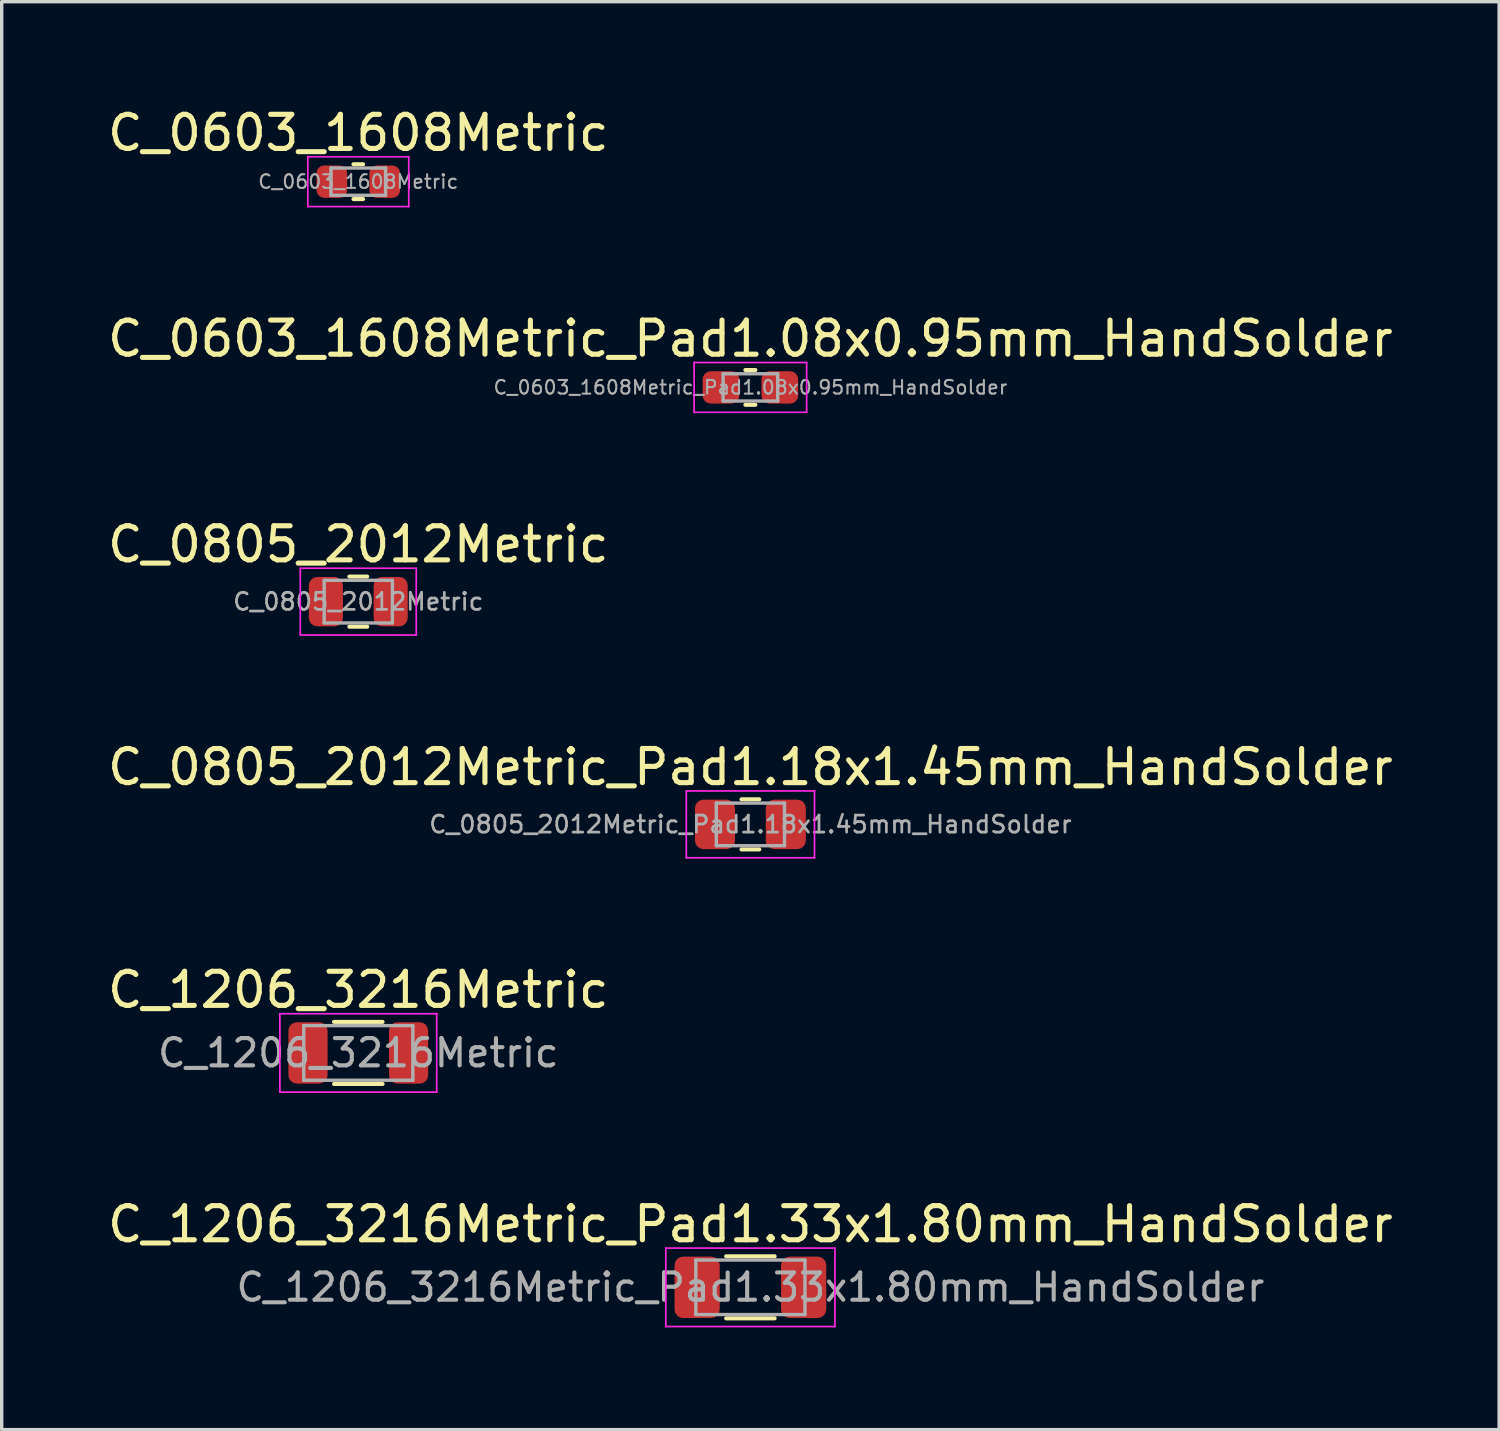
<source format=kicad_pcb>
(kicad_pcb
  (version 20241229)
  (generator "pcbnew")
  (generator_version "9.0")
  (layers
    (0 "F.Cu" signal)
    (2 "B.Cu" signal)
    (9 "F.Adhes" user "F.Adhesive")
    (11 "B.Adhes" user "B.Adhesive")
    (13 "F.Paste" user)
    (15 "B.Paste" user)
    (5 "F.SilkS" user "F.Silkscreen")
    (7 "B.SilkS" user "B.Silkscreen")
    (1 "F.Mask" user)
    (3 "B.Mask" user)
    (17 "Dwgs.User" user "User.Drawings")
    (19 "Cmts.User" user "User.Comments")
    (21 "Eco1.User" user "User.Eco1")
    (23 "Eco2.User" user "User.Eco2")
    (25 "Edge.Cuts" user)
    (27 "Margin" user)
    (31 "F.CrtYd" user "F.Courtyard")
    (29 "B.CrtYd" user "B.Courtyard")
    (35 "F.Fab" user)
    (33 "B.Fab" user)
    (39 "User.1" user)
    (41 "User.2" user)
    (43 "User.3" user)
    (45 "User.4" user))
  (footprint "C_0805_2012Metric"
    (layer "F.Cu")
    (at 7.458 14.595)
    (property "Reference" "C_0805_2012Metric" (at 0 -1.68 0) (layer "F.SilkS") (effects (font (size 1 1) (thickness 0.15))))
    (attr smd)
    (fp_line (start -0.261 -0.735) (end 0.261 -0.735) (stroke (width 0.12) (type solid)) (layer "F.SilkS"))
    (fp_line (start -0.261 0.735) (end 0.261 0.735) (stroke (width 0.12) (type solid)) (layer "F.SilkS"))
    (fp_line (start -1.7 -0.98) (end 1.7 -0.98) (stroke (width 0.05) (type solid)) (layer "F.CrtYd"))
    (fp_line (start -1.7 0.98) (end -1.7 -0.98) (stroke (width 0.05) (type solid)) (layer "F.CrtYd"))
    (fp_line (start 1.7 -0.98) (end 1.7 0.98) (stroke (width 0.05) (type solid)) (layer "F.CrtYd"))
    (fp_line (start 1.7 0.98) (end -1.7 0.98) (stroke (width 0.05) (type solid)) (layer "F.CrtYd"))
    (fp_line (start -1 -0.625) (end 1 -0.625) (stroke (width 0.1) (type solid)) (layer "F.Fab"))
    (fp_line (start -1 0.625) (end -1 -0.625) (stroke (width 0.1) (type solid)) (layer "F.Fab"))
    (fp_line (start 1 -0.625) (end 1 0.625) (stroke (width 0.1) (type solid)) (layer "F.Fab"))
    (fp_line (start 1 0.625) (end -1 0.625) (stroke (width 0.1) (type solid)) (layer "F.Fab"))
    (fp_text user "${REFERENCE}" (at 0 0 0) (layer "F.Fab") (effects (font (size 0.5 0.5) (thickness 0.08))))
    (pad "1" smd roundrect (at -0.95 0) (size 1 1.45) (layers "F.Cu" "F.Mask" "F.Paste") (roundrect_rratio 0.25))
    (pad "2" smd roundrect (at 0.95 0) (size 1 1.45) (layers "F.Cu" "F.Mask" "F.Paste") (roundrect_rratio 0.25)))
  (footprint "C_0603_1608Metric"
    (layer "F.Cu")
    (at 7.458 2.278)
    (property "Reference" "C_0603_1608Metric" (at 0 -1.43 0) (layer "F.SilkS") (effects (font (size 1 1) (thickness 0.15))))
    (attr smd)
    (fp_line (start -0.141 -0.51) (end 0.141 -0.51) (stroke (width 0.12) (type solid)) (layer "F.SilkS"))
    (fp_line (start -0.141 0.51) (end 0.141 0.51) (stroke (width 0.12) (type solid)) (layer "F.SilkS"))
    (fp_line (start -1.48 -0.73) (end 1.48 -0.73) (stroke (width 0.05) (type solid)) (layer "F.CrtYd"))
    (fp_line (start -1.48 0.73) (end -1.48 -0.73) (stroke (width 0.05) (type solid)) (layer "F.CrtYd"))
    (fp_line (start 1.48 -0.73) (end 1.48 0.73) (stroke (width 0.05) (type solid)) (layer "F.CrtYd"))
    (fp_line (start 1.48 0.73) (end -1.48 0.73) (stroke (width 0.05) (type solid)) (layer "F.CrtYd"))
    (fp_line (start -0.8 -0.4) (end 0.8 -0.4) (stroke (width 0.1) (type solid)) (layer "F.Fab"))
    (fp_line (start -0.8 0.4) (end -0.8 -0.4) (stroke (width 0.1) (type solid)) (layer "F.Fab"))
    (fp_line (start 0.8 -0.4) (end 0.8 0.4) (stroke (width 0.1) (type solid)) (layer "F.Fab"))
    (fp_line (start 0.8 0.4) (end -0.8 0.4) (stroke (width 0.1) (type solid)) (layer "F.Fab"))
    (fp_text user "${REFERENCE}" (at 0 0 0) (layer "F.Fab") (effects (font (size 0.4 0.4) (thickness 0.06))))
    (pad "1" smd roundrect (at -0.775 0) (size 0.9 0.95) (layers "F.Cu" "F.Mask" "F.Paste") (roundrect_rratio 0.25))
    (pad "2" smd roundrect (at 0.775 0) (size 0.9 0.95) (layers "F.Cu" "F.Mask" "F.Paste") (roundrect_rratio 0.25)))
  (footprint "C_0805_2012Metric_Pad1.18x1.45mm_HandSolder"
    (layer "F.Cu")
    (at 18.958 21.128)
    (property "Reference" "C_0805_2012Metric_Pad1.18x1.45mm_HandSolder" (at 0 -1.68 0) (layer "F.SilkS") (effects (font (size 1 1) (thickness 0.15))))
    (attr smd)
    (fp_line (start -0.261 -0.735) (end 0.261 -0.735) (stroke (width 0.12) (type solid)) (layer "F.SilkS"))
    (fp_line (start -0.261 0.735) (end 0.261 0.735) (stroke (width 0.12) (type solid)) (layer "F.SilkS"))
    (fp_line (start -1.88 -0.98) (end 1.88 -0.98) (stroke (width 0.05) (type solid)) (layer "F.CrtYd"))
    (fp_line (start -1.88 0.98) (end -1.88 -0.98) (stroke (width 0.05) (type solid)) (layer "F.CrtYd"))
    (fp_line (start 1.88 -0.98) (end 1.88 0.98) (stroke (width 0.05) (type solid)) (layer "F.CrtYd"))
    (fp_line (start 1.88 0.98) (end -1.88 0.98) (stroke (width 0.05) (type solid)) (layer "F.CrtYd"))
    (fp_line (start -1 -0.625) (end 1 -0.625) (stroke (width 0.1) (type solid)) (layer "F.Fab"))
    (fp_line (start -1 0.625) (end -1 -0.625) (stroke (width 0.1) (type solid)) (layer "F.Fab"))
    (fp_line (start 1 -0.625) (end 1 0.625) (stroke (width 0.1) (type solid)) (layer "F.Fab"))
    (fp_line (start 1 0.625) (end -1 0.625) (stroke (width 0.1) (type solid)) (layer "F.Fab"))
    (fp_text user "${REFERENCE}" (at 0 0 0) (layer "F.Fab") (effects (font (size 0.5 0.5) (thickness 0.08))))
    (pad "1" smd roundrect (at -1.038 0) (size 1.175 1.45) (layers "F.Cu" "F.Mask" "F.Paste") (roundrect_rratio 0.213))
    (pad "2" smd roundrect (at 1.038 0) (size 1.175 1.45) (layers "F.Cu" "F.Mask" "F.Paste") (roundrect_rratio 0.213)))
  (footprint "C_1206_3216Metric"
    (layer "F.Cu")
    (at 7.458 27.831)
    (property "Reference" "C_1206_3216Metric" (at 0 -1.85 0) (layer "F.SilkS") (effects (font (size 1 1) (thickness 0.15))))
    (attr smd)
    (fp_line (start -0.711 -0.91) (end 0.711 -0.91) (stroke (width 0.12) (type solid)) (layer "F.SilkS"))
    (fp_line (start -0.711 0.91) (end 0.711 0.91) (stroke (width 0.12) (type solid)) (layer "F.SilkS"))
    (fp_line (start -2.3 -1.15) (end 2.3 -1.15) (stroke (width 0.05) (type solid)) (layer "F.CrtYd"))
    (fp_line (start -2.3 1.15) (end -2.3 -1.15) (stroke (width 0.05) (type solid)) (layer "F.CrtYd"))
    (fp_line (start 2.3 -1.15) (end 2.3 1.15) (stroke (width 0.05) (type solid)) (layer "F.CrtYd"))
    (fp_line (start 2.3 1.15) (end -2.3 1.15) (stroke (width 0.05) (type solid)) (layer "F.CrtYd"))
    (fp_line (start -1.6 -0.8) (end 1.6 -0.8) (stroke (width 0.1) (type solid)) (layer "F.Fab"))
    (fp_line (start -1.6 0.8) (end -1.6 -0.8) (stroke (width 0.1) (type solid)) (layer "F.Fab"))
    (fp_line (start 1.6 -0.8) (end 1.6 0.8) (stroke (width 0.1) (type solid)) (layer "F.Fab"))
    (fp_line (start 1.6 0.8) (end -1.6 0.8) (stroke (width 0.1) (type solid)) (layer "F.Fab"))
    (fp_text user "${REFERENCE}" (at 0 0 0) (layer "F.Fab") (effects (font (size 0.8 0.8) (thickness 0.12))))
    (pad "1" smd roundrect (at -1.475 0) (size 1.15 1.8) (layers "F.Cu" "F.Mask" "F.Paste") (roundrect_rratio 0.217))
    (pad "2" smd roundrect (at 1.475 0) (size 1.15 1.8) (layers "F.Cu" "F.Mask" "F.Paste") (roundrect_rratio 0.217)))
  (footprint "C_1206_3216Metric_Pad1.33x1.80mm_HandSolder"
    (layer "F.Cu")
    (at 18.958 34.705)
    (property "Reference" "C_1206_3216Metric_Pad1.33x1.80mm_HandSolder" (at 0 -1.85 0) (layer "F.SilkS") (effects (font (size 1 1) (thickness 0.15))))
    (attr smd)
    (fp_line (start -0.711 -0.91) (end 0.711 -0.91) (stroke (width 0.12) (type solid)) (layer "F.SilkS"))
    (fp_line (start -0.711 0.91) (end 0.711 0.91) (stroke (width 0.12) (type solid)) (layer "F.SilkS"))
    (fp_line (start -2.48 -1.15) (end 2.48 -1.15) (stroke (width 0.05) (type solid)) (layer "F.CrtYd"))
    (fp_line (start -2.48 1.15) (end -2.48 -1.15) (stroke (width 0.05) (type solid)) (layer "F.CrtYd"))
    (fp_line (start 2.48 -1.15) (end 2.48 1.15) (stroke (width 0.05) (type solid)) (layer "F.CrtYd"))
    (fp_line (start 2.48 1.15) (end -2.48 1.15) (stroke (width 0.05) (type solid)) (layer "F.CrtYd"))
    (fp_line (start -1.6 -0.8) (end 1.6 -0.8) (stroke (width 0.1) (type solid)) (layer "F.Fab"))
    (fp_line (start -1.6 0.8) (end -1.6 -0.8) (stroke (width 0.1) (type solid)) (layer "F.Fab"))
    (fp_line (start 1.6 -0.8) (end 1.6 0.8) (stroke (width 0.1) (type solid)) (layer "F.Fab"))
    (fp_line (start 1.6 0.8) (end -1.6 0.8) (stroke (width 0.1) (type solid)) (layer "F.Fab"))
    (fp_text user "${REFERENCE}" (at 0 0 0) (layer "F.Fab") (effects (font (size 0.8 0.8) (thickness 0.12))))
    (pad "1" smd roundrect (at -1.562 0) (size 1.325 1.8) (layers "F.Cu" "F.Mask" "F.Paste") (roundrect_rratio 0.189))
    (pad "2" smd roundrect (at 1.562 0) (size 1.325 1.8) (layers "F.Cu" "F.Mask" "F.Paste") (roundrect_rratio 0.189)))
  (footprint "C_0603_1608Metric_Pad1.08x0.95mm_HandSolder"
    (layer "F.Cu")
    (at 18.958 8.312)
    (property "Reference" "C_0603_1608Metric_Pad1.08x0.95mm_HandSolder" (at 0 -1.43 0) (layer "F.SilkS") (effects (font (size 1 1) (thickness 0.15))))
    (attr smd)
    (fp_line (start -0.146 -0.51) (end 0.146 -0.51) (stroke (width 0.12) (type solid)) (layer "F.SilkS"))
    (fp_line (start -0.146 0.51) (end 0.146 0.51) (stroke (width 0.12) (type solid)) (layer "F.SilkS"))
    (fp_line (start -1.65 -0.73) (end 1.65 -0.73) (stroke (width 0.05) (type solid)) (layer "F.CrtYd"))
    (fp_line (start -1.65 0.73) (end -1.65 -0.73) (stroke (width 0.05) (type solid)) (layer "F.CrtYd"))
    (fp_line (start 1.65 -0.73) (end 1.65 0.73) (stroke (width 0.05) (type solid)) (layer "F.CrtYd"))
    (fp_line (start 1.65 0.73) (end -1.65 0.73) (stroke (width 0.05) (type solid)) (layer "F.CrtYd"))
    (fp_line (start -0.8 -0.4) (end 0.8 -0.4) (stroke (width 0.1) (type solid)) (layer "F.Fab"))
    (fp_line (start -0.8 0.4) (end -0.8 -0.4) (stroke (width 0.1) (type solid)) (layer "F.Fab"))
    (fp_line (start 0.8 -0.4) (end 0.8 0.4) (stroke (width 0.1) (type solid)) (layer "F.Fab"))
    (fp_line (start 0.8 0.4) (end -0.8 0.4) (stroke (width 0.1) (type solid)) (layer "F.Fab"))
    (fp_text user "${REFERENCE}" (at 0 0 0) (layer "F.Fab") (effects (font (size 0.4 0.4) (thickness 0.06))))
    (pad "1" smd roundrect (at -0.863 0) (size 1.075 0.95) (layers "F.Cu" "F.Mask" "F.Paste") (roundrect_rratio 0.25))
    (pad "2" smd roundrect (at 0.863 0) (size 1.075 0.95) (layers "F.Cu" "F.Mask" "F.Paste") (roundrect_rratio 0.25)))
  (gr_rect
    (start -3 -3)
    (end 40.917 38.88)
    (stroke (width 0.1) (type default))
    (fill no)
    (layer "Edge.Cuts")))
</source>
